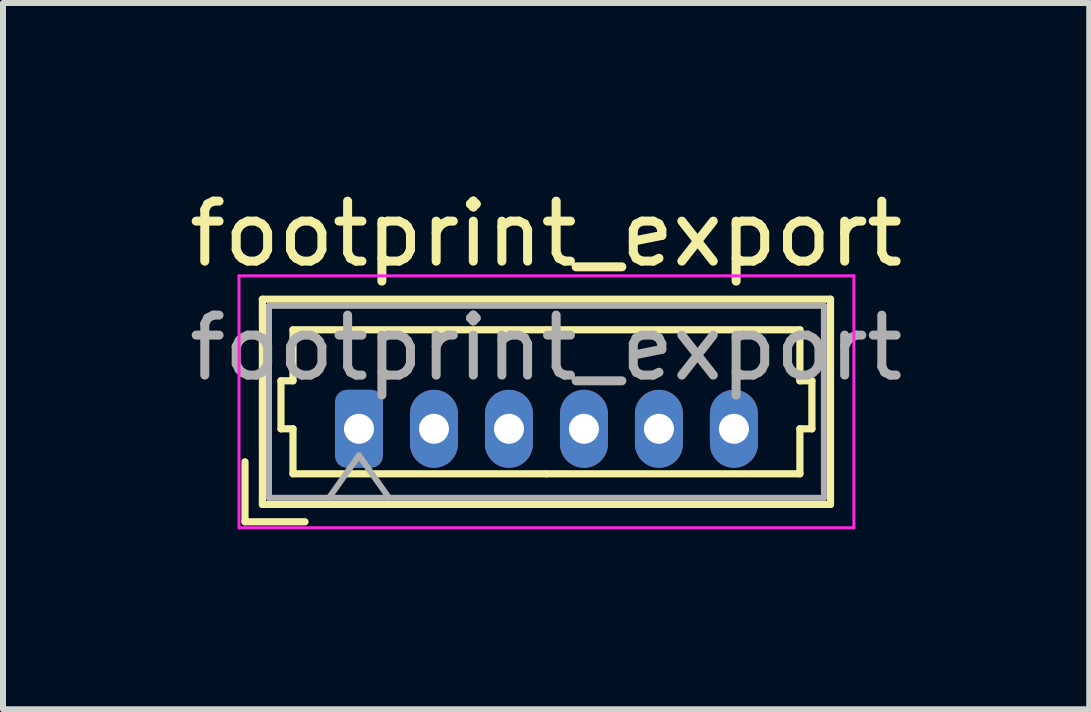
<source format=kicad_pcb>
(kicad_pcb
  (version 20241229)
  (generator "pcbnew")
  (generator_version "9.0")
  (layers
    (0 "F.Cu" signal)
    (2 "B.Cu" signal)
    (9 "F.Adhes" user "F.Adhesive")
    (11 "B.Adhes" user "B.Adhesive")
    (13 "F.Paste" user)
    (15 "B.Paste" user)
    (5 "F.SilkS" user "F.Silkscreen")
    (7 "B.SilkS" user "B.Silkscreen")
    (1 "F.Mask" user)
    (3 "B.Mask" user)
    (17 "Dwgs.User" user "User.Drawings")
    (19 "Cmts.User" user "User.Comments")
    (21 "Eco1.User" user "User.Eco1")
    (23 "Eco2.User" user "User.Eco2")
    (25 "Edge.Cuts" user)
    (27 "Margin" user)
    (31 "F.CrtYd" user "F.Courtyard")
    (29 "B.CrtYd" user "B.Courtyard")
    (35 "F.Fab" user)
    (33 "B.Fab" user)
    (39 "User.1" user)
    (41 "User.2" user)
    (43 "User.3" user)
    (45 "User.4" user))
  (footprint "footprint_export"
    (layer "F.Cu")
    (at 2.934 4.098)
    (property "Reference" "footprint_export" (at 3.12 -3.25 0) (layer "F.SilkS") (effects (font (size 1 1) (thickness 0.15))))
    (attr through_hole)
    (fp_line (start -1.9 1.55) (end -1.9 0.55) (stroke (width 0.12) (type solid)) (layer "F.SilkS"))
    (fp_line (start -1.9 1.55) (end -0.9 1.55) (stroke (width 0.12) (type solid)) (layer "F.SilkS"))
    (fp_line (start -1.61 -2.16) (end -1.61 1.26) (stroke (width 0.12) (type solid)) (layer "F.SilkS"))
    (fp_line (start -1.61 1.26) (end 7.86 1.26) (stroke (width 0.12) (type solid)) (layer "F.SilkS"))
    (fp_line (start -1.3 -0.8) (end -1.1 -0.8) (stroke (width 0.12) (type solid)) (layer "F.SilkS"))
    (fp_line (start -1.3 0) (end -1.3 -0.8) (stroke (width 0.12) (type solid)) (layer "F.SilkS"))
    (fp_line (start -1.1 -1.65) (end 3.125 -1.65) (stroke (width 0.12) (type solid)) (layer "F.SilkS"))
    (fp_line (start -1.1 -0.8) (end -1.1 -1.65) (stroke (width 0.12) (type solid)) (layer "F.SilkS"))
    (fp_line (start -1.1 0) (end -1.3 0) (stroke (width 0.12) (type solid)) (layer "F.SilkS"))
    (fp_line (start -1.1 0.75) (end -1.1 0) (stroke (width 0.12) (type solid)) (layer "F.SilkS"))
    (fp_line (start 3.125 0.75) (end -1.1 0.75) (stroke (width 0.12) (type solid)) (layer "F.SilkS"))
    (fp_line (start 3.125 0.75) (end 7.35 0.75) (stroke (width 0.12) (type solid)) (layer "F.SilkS"))
    (fp_line (start 7.35 -1.65) (end 3.125 -1.65) (stroke (width 0.12) (type solid)) (layer "F.SilkS"))
    (fp_line (start 7.35 -0.8) (end 7.35 -1.65) (stroke (width 0.12) (type solid)) (layer "F.SilkS"))
    (fp_line (start 7.35 0) (end 7.55 0) (stroke (width 0.12) (type solid)) (layer "F.SilkS"))
    (fp_line (start 7.35 0.75) (end 7.35 0) (stroke (width 0.12) (type solid)) (layer "F.SilkS"))
    (fp_line (start 7.55 -0.8) (end 7.35 -0.8) (stroke (width 0.12) (type solid)) (layer "F.SilkS"))
    (fp_line (start 7.55 0) (end 7.55 -0.8) (stroke (width 0.12) (type solid)) (layer "F.SilkS"))
    (fp_line (start 7.86 -2.16) (end -1.61 -2.16) (stroke (width 0.12) (type solid)) (layer "F.SilkS"))
    (fp_line (start 7.86 1.26) (end 7.86 -2.16) (stroke (width 0.12) (type solid)) (layer "F.SilkS"))
    (fp_line (start -2 -2.55) (end -2 1.65) (stroke (width 0.05) (type solid)) (layer "F.CrtYd"))
    (fp_line (start -2 1.65) (end 8.25 1.65) (stroke (width 0.05) (type solid)) (layer "F.CrtYd"))
    (fp_line (start 8.25 -2.55) (end -2 -2.55) (stroke (width 0.05) (type solid)) (layer "F.CrtYd"))
    (fp_line (start 8.25 1.65) (end 8.25 -2.55) (stroke (width 0.05) (type solid)) (layer "F.CrtYd"))
    (fp_line (start -1.5 -2.05) (end -1.5 1.15) (stroke (width 0.1) (type solid)) (layer "F.Fab"))
    (fp_line (start -1.5 1.15) (end 7.75 1.15) (stroke (width 0.1) (type solid)) (layer "F.Fab"))
    (fp_line (start -0.5 1.15) (end 0 0.443) (stroke (width 0.1) (type solid)) (layer "F.Fab"))
    (fp_line (start 0 0.443) (end 0.5 1.15) (stroke (width 0.1) (type solid)) (layer "F.Fab"))
    (fp_line (start 7.75 -2.05) (end -1.5 -2.05) (stroke (width 0.1) (type solid)) (layer "F.Fab"))
    (fp_line (start 7.75 1.15) (end 7.75 -2.05) (stroke (width 0.1) (type solid)) (layer "F.Fab"))
    (fp_text user "${REFERENCE}" (at 3.12 -1.35 0) (layer "F.Fab") (effects (font (size 1 1) (thickness 0.15))))
    (pad "1" thru_hole roundrect (at 0 0) (size 0.8 1.3) (drill 0.5) (layers "*.Cu" "*.Mask") (roundrect_rratio 0.25))
    (pad "2" thru_hole oval (at 1.25 0) (size 0.8 1.3) (drill 0.5) (layers "*.Cu" "*.Mask"))
    (pad "3" thru_hole oval (at 2.5 0) (size 0.8 1.3) (drill 0.5) (layers "*.Cu" "*.Mask"))
    (pad "4" thru_hole oval (at 3.75 0) (size 0.8 1.3) (drill 0.5) (layers "*.Cu" "*.Mask"))
    (pad "5" thru_hole oval (at 5 0) (size 0.8 1.3) (drill 0.5) (layers "*.Cu" "*.Mask"))
    (pad "6" thru_hole oval (at 6.25 0) (size 0.8 1.3) (drill 0.5) (layers "*.Cu" "*.Mask")))
  (gr_rect
    (start -3 -3)
    (end 15.107 8.773)
    (stroke (width 0.1) (type default))
    (fill no)
    (layer "Edge.Cuts")))
</source>
